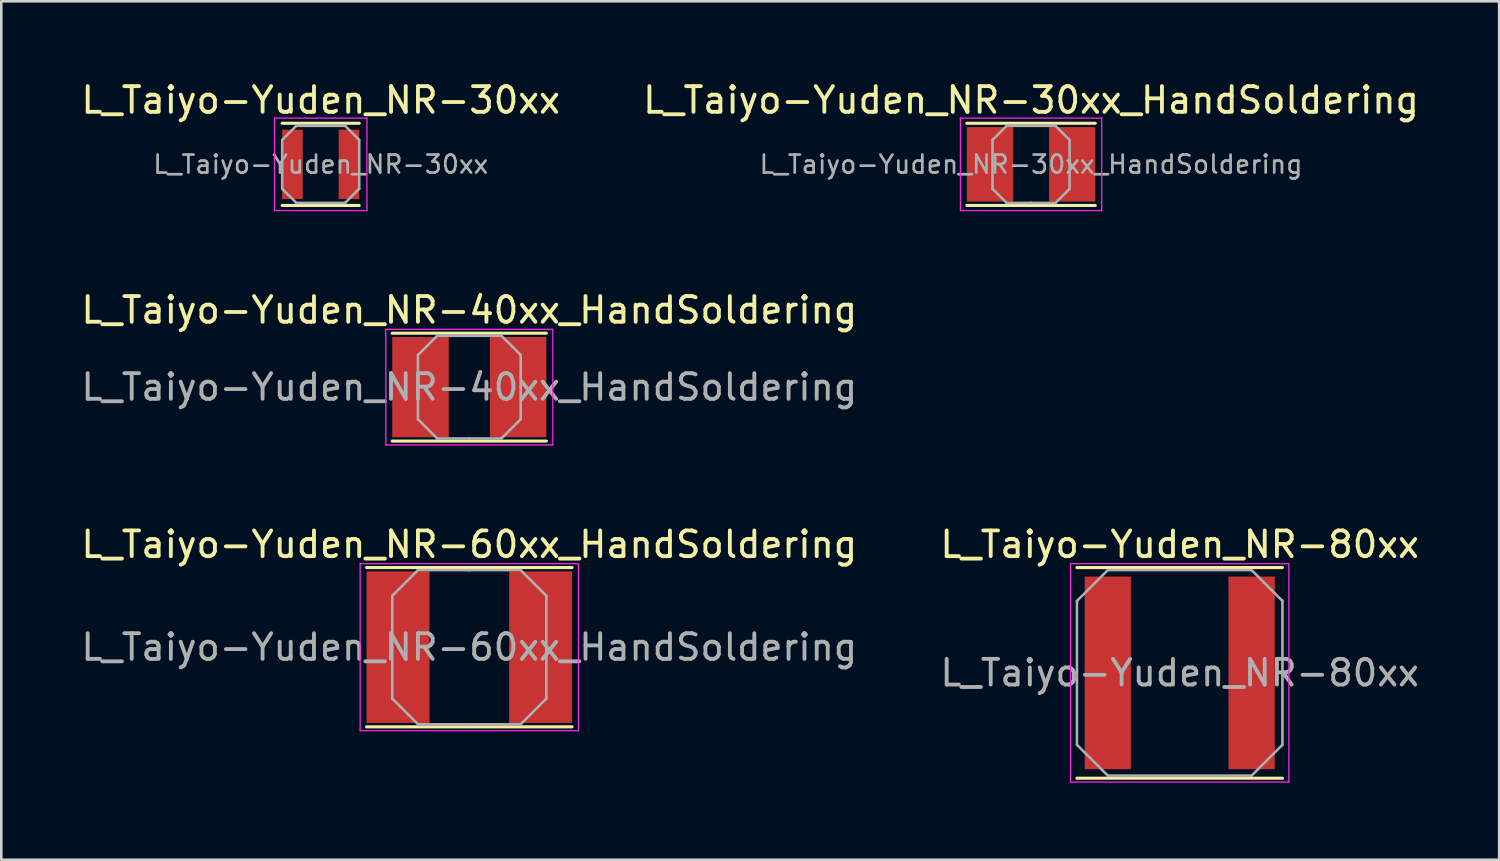
<source format=kicad_pcb>
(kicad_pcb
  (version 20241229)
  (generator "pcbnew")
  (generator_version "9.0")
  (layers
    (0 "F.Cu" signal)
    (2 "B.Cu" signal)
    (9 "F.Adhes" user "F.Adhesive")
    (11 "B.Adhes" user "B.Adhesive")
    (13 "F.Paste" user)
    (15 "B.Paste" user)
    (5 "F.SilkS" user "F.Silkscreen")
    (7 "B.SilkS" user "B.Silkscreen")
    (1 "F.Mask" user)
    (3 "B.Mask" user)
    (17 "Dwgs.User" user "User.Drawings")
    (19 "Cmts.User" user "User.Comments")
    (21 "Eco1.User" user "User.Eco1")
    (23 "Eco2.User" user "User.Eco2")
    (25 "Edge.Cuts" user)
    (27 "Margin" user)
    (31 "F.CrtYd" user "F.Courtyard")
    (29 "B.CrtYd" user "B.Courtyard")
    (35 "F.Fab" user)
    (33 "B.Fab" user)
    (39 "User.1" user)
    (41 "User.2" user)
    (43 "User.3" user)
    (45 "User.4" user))
  (footprint "L_Taiyo-Yuden_NR-30xx_HandSoldering"
    (layer "F.Cu")
    (at 37.089 3.348)
    (property "Reference" "L_Taiyo-Yuden_NR-30xx_HandSoldering" (at 0 -2.5 0) (layer "F.SilkS") (effects (font (size 1 1) (thickness 0.15))))
    (attr smd)
    (fp_line (start -2.5 -1.6) (end 2.5 -1.6) (stroke (width 0.12) (type solid)) (layer "F.SilkS"))
    (fp_line (start -2.5 1.6) (end 2.5 1.6) (stroke (width 0.12) (type solid)) (layer "F.SilkS"))
    (fp_line (start -2.75 -1.8) (end -2.75 1.8) (stroke (width 0.05) (type solid)) (layer "F.CrtYd"))
    (fp_line (start -2.75 1.8) (end 2.75 1.8) (stroke (width 0.05) (type solid)) (layer "F.CrtYd"))
    (fp_line (start 2.75 -1.8) (end -2.75 -1.8) (stroke (width 0.05) (type solid)) (layer "F.CrtYd"))
    (fp_line (start 2.75 1.8) (end 2.75 -1.8) (stroke (width 0.05) (type solid)) (layer "F.CrtYd"))
    (fp_line (start -1.5 -0.95) (end -0.95 -1.5) (stroke (width 0.1) (type solid)) (layer "F.Fab"))
    (fp_line (start -1.5 0) (end -1.5 -0.95) (stroke (width 0.1) (type solid)) (layer "F.Fab"))
    (fp_line (start -1.5 0) (end -1.5 0.95) (stroke (width 0.1) (type solid)) (layer "F.Fab"))
    (fp_line (start -1.5 0.95) (end -0.95 1.5) (stroke (width 0.1) (type solid)) (layer "F.Fab"))
    (fp_line (start -0.95 -1.5) (end 0 -1.5) (stroke (width 0.1) (type solid)) (layer "F.Fab"))
    (fp_line (start -0.95 1.5) (end 0 1.5) (stroke (width 0.1) (type solid)) (layer "F.Fab"))
    (fp_line (start 0.95 -1.5) (end 0 -1.5) (stroke (width 0.1) (type solid)) (layer "F.Fab"))
    (fp_line (start 0.95 1.5) (end 0 1.5) (stroke (width 0.1) (type solid)) (layer "F.Fab"))
    (fp_line (start 1.5 -0.95) (end 0.95 -1.5) (stroke (width 0.1) (type solid)) (layer "F.Fab"))
    (fp_line (start 1.5 0) (end 1.5 -0.95) (stroke (width 0.1) (type solid)) (layer "F.Fab"))
    (fp_line (start 1.5 0) (end 1.5 0.95) (stroke (width 0.1) (type solid)) (layer "F.Fab"))
    (fp_line (start 1.5 0.95) (end 0.95 1.5) (stroke (width 0.1) (type solid)) (layer "F.Fab"))
    (fp_text user "${REFERENCE}" (at 0 0 0) (layer "F.Fab") (effects (font (size 0.7 0.7) (thickness 0.105))))
    (pad "1" smd rect (at -1.6 0) (size 1.8 2.9) (layers "F.Cu" "F.Mask" "F.Paste"))
    (pad "2" smd rect (at 1.6 0) (size 1.8 2.9) (layers "F.Cu" "F.Mask" "F.Paste")))
  (footprint "L_Taiyo-Yuden_NR-30xx"
    (layer "F.Cu")
    (at 9.435 3.348)
    (property "Reference" "L_Taiyo-Yuden_NR-30xx" (at 0 -2.5 0) (layer "F.SilkS") (effects (font (size 1 1) (thickness 0.15))))
    (attr smd)
    (fp_line (start -1.5 -1.6) (end 1.5 -1.6) (stroke (width 0.12) (type solid)) (layer "F.SilkS"))
    (fp_line (start -1.5 1.6) (end 1.5 1.6) (stroke (width 0.12) (type solid)) (layer "F.SilkS"))
    (fp_line (start -1.8 -1.8) (end -1.8 1.8) (stroke (width 0.05) (type solid)) (layer "F.CrtYd"))
    (fp_line (start -1.8 1.8) (end 1.8 1.8) (stroke (width 0.05) (type solid)) (layer "F.CrtYd"))
    (fp_line (start 1.8 -1.8) (end -1.8 -1.8) (stroke (width 0.05) (type solid)) (layer "F.CrtYd"))
    (fp_line (start 1.8 1.8) (end 1.8 -1.8) (stroke (width 0.05) (type solid)) (layer "F.CrtYd"))
    (fp_line (start -1.5 -0.95) (end -1.5 0.95) (stroke (width 0.1) (type solid)) (layer "F.Fab"))
    (fp_line (start -1.5 -0.95) (end -0.95 -1.5) (stroke (width 0.1) (type solid)) (layer "F.Fab"))
    (fp_line (start -1.5 0.95) (end -0.95 1.5) (stroke (width 0.1) (type solid)) (layer "F.Fab"))
    (fp_line (start -0.95 -1.5) (end 0.95 -1.5) (stroke (width 0.1) (type solid)) (layer "F.Fab"))
    (fp_line (start -0.95 1.5) (end 0.95 1.5) (stroke (width 0.1) (type solid)) (layer "F.Fab"))
    (fp_line (start 1.5 -0.95) (end 0.95 -1.5) (stroke (width 0.1) (type solid)) (layer "F.Fab"))
    (fp_line (start 1.5 0.95) (end 0.95 1.5) (stroke (width 0.1) (type solid)) (layer "F.Fab"))
    (fp_line (start 1.5 0.95) (end 1.5 -0.95) (stroke (width 0.1) (type solid)) (layer "F.Fab"))
    (fp_text user "${REFERENCE}" (at 0 0 0) (layer "F.Fab") (effects (font (size 0.7 0.7) (thickness 0.105))))
    (pad "1" smd rect (at -1.1 0) (size 0.8 2.7) (layers "F.Cu" "F.Mask" "F.Paste"))
    (pad "2" smd rect (at 1.1 0) (size 0.8 2.7) (layers "F.Cu" "F.Mask" "F.Paste")))
  (footprint "L_Taiyo-Yuden_NR-80xx"
    (layer "F.Cu")
    (at 42.875 23.145)
    (property "Reference" "L_Taiyo-Yuden_NR-80xx" (at 0 -5 0) (layer "F.SilkS") (effects (font (size 1 1) (thickness 0.15))))
    (attr smd)
    (fp_line (start -4 -4.1) (end 4 -4.1) (stroke (width 0.12) (type solid)) (layer "F.SilkS"))
    (fp_line (start -4 4.1) (end 4 4.1) (stroke (width 0.12) (type solid)) (layer "F.SilkS"))
    (fp_line (start -4.25 -4.25) (end -4.25 4.25) (stroke (width 0.05) (type solid)) (layer "F.CrtYd"))
    (fp_line (start -4.25 4.25) (end 4.25 4.25) (stroke (width 0.05) (type solid)) (layer "F.CrtYd"))
    (fp_line (start 4.25 -4.25) (end -4.25 -4.25) (stroke (width 0.05) (type solid)) (layer "F.CrtYd"))
    (fp_line (start 4.25 4.25) (end 4.25 -4.25) (stroke (width 0.05) (type solid)) (layer "F.CrtYd"))
    (fp_line (start -4 -2.8) (end -2.8 -4) (stroke (width 0.1) (type solid)) (layer "F.Fab"))
    (fp_line (start -4 2.8) (end -4 -2.8) (stroke (width 0.1) (type solid)) (layer "F.Fab"))
    (fp_line (start -4 2.8) (end -2.8 4) (stroke (width 0.1) (type solid)) (layer "F.Fab"))
    (fp_line (start -2.8 -4) (end 2.8 -4) (stroke (width 0.1) (type solid)) (layer "F.Fab"))
    (fp_line (start -2.8 4) (end 2.8 4) (stroke (width 0.1) (type solid)) (layer "F.Fab"))
    (fp_line (start 4 -2.8) (end 2.8 -4) (stroke (width 0.1) (type solid)) (layer "F.Fab"))
    (fp_line (start 4 2.8) (end 2.8 4) (stroke (width 0.1) (type solid)) (layer "F.Fab"))
    (fp_line (start 4 2.8) (end 4 -2.8) (stroke (width 0.1) (type solid)) (layer "F.Fab"))
    (fp_text user "${REFERENCE}" (at 0 0 0) (layer "F.Fab") (effects (font (size 1 1) (thickness 0.15))))
    (pad "1" smd rect (at -2.8 0) (size 1.8 7.5) (layers "F.Cu" "F.Mask" "F.Paste"))
    (pad "2" smd rect (at 2.8 0) (size 1.8 7.5) (layers "F.Cu" "F.Mask" "F.Paste")))
  (footprint "L_Taiyo-Yuden_NR-60xx_HandSoldering"
    (layer "F.Cu")
    (at 15.22 22.145)
    (property "Reference" "L_Taiyo-Yuden_NR-60xx_HandSoldering" (at 0 -4 0) (layer "F.SilkS") (effects (font (size 1 1) (thickness 0.15))))
    (attr smd)
    (fp_line (start -4 -3.1) (end 4 -3.1) (stroke (width 0.12) (type solid)) (layer "F.SilkS"))
    (fp_line (start -4 3.1) (end 4 3.1) (stroke (width 0.12) (type solid)) (layer "F.SilkS"))
    (fp_line (start -4.25 -3.25) (end -4.25 3.25) (stroke (width 0.05) (type solid)) (layer "F.CrtYd"))
    (fp_line (start -4.25 3.25) (end 4.25 3.25) (stroke (width 0.05) (type solid)) (layer "F.CrtYd"))
    (fp_line (start 4.25 -3.25) (end -4.25 -3.25) (stroke (width 0.05) (type solid)) (layer "F.CrtYd"))
    (fp_line (start 4.25 3.25) (end 4.25 -3.25) (stroke (width 0.05) (type solid)) (layer "F.CrtYd"))
    (fp_line (start -3 -2) (end -2 -3) (stroke (width 0.1) (type solid)) (layer "F.Fab"))
    (fp_line (start -3 0) (end -3 -2) (stroke (width 0.1) (type solid)) (layer "F.Fab"))
    (fp_line (start -3 0) (end -3 2) (stroke (width 0.1) (type solid)) (layer "F.Fab"))
    (fp_line (start -3 2) (end -2 3) (stroke (width 0.1) (type solid)) (layer "F.Fab"))
    (fp_line (start -2 -3) (end 0 -3) (stroke (width 0.1) (type solid)) (layer "F.Fab"))
    (fp_line (start -2 3) (end 0 3) (stroke (width 0.1) (type solid)) (layer "F.Fab"))
    (fp_line (start 2 -3) (end 0 -3) (stroke (width 0.1) (type solid)) (layer "F.Fab"))
    (fp_line (start 2 3) (end 0 3) (stroke (width 0.1) (type solid)) (layer "F.Fab"))
    (fp_line (start 3 -2) (end 2 -3) (stroke (width 0.1) (type solid)) (layer "F.Fab"))
    (fp_line (start 3 0) (end 3 -2) (stroke (width 0.1) (type solid)) (layer "F.Fab"))
    (fp_line (start 3 0) (end 3 2) (stroke (width 0.1) (type solid)) (layer "F.Fab"))
    (fp_line (start 3 2) (end 2 3) (stroke (width 0.1) (type solid)) (layer "F.Fab"))
    (fp_text user "${REFERENCE}" (at 0 0 0) (layer "F.Fab") (effects (font (size 1 1) (thickness 0.15))))
    (pad "1" smd rect (at -2.775 0) (size 2.45 5.9) (layers "F.Cu" "F.Mask" "F.Paste"))
    (pad "2" smd rect (at 2.775 0) (size 2.45 5.9) (layers "F.Cu" "F.Mask" "F.Paste")))
  (footprint "L_Taiyo-Yuden_NR-40xx_HandSoldering"
    (layer "F.Cu")
    (at 15.22 12.021)
    (property "Reference" "L_Taiyo-Yuden_NR-40xx_HandSoldering" (at 0 -3 0) (layer "F.SilkS") (effects (font (size 1 1) (thickness 0.15))))
    (attr smd)
    (fp_line (start -3 -2.1) (end 3 -2.1) (stroke (width 0.12) (type solid)) (layer "F.SilkS"))
    (fp_line (start -3 2.1) (end 3 2.1) (stroke (width 0.12) (type solid)) (layer "F.SilkS"))
    (fp_line (start -3.25 -2.25) (end -3.25 2.25) (stroke (width 0.05) (type solid)) (layer "F.CrtYd"))
    (fp_line (start -3.25 2.25) (end 3.25 2.25) (stroke (width 0.05) (type solid)) (layer "F.CrtYd"))
    (fp_line (start 3.25 -2.25) (end -3.25 -2.25) (stroke (width 0.05) (type solid)) (layer "F.CrtYd"))
    (fp_line (start 3.25 2.25) (end 3.25 -2.25) (stroke (width 0.05) (type solid)) (layer "F.CrtYd"))
    (fp_line (start -2 -1.25) (end -1.25 -2) (stroke (width 0.1) (type solid)) (layer "F.Fab"))
    (fp_line (start -2 0) (end -2 -1.25) (stroke (width 0.1) (type solid)) (layer "F.Fab"))
    (fp_line (start -2 0) (end -2 1.25) (stroke (width 0.1) (type solid)) (layer "F.Fab"))
    (fp_line (start -2 1.25) (end -1.25 2) (stroke (width 0.1) (type solid)) (layer "F.Fab"))
    (fp_line (start -1.25 -2) (end 0 -2) (stroke (width 0.1) (type solid)) (layer "F.Fab"))
    (fp_line (start -1.25 2) (end 0 2) (stroke (width 0.1) (type solid)) (layer "F.Fab"))
    (fp_line (start 1.25 -2) (end 0 -2) (stroke (width 0.1) (type solid)) (layer "F.Fab"))
    (fp_line (start 1.25 2) (end 0 2) (stroke (width 0.1) (type solid)) (layer "F.Fab"))
    (fp_line (start 2 -1.25) (end 1.25 -2) (stroke (width 0.1) (type solid)) (layer "F.Fab"))
    (fp_line (start 2 0) (end 2 -1.25) (stroke (width 0.1) (type solid)) (layer "F.Fab"))
    (fp_line (start 2 0) (end 2 1.25) (stroke (width 0.1) (type solid)) (layer "F.Fab"))
    (fp_line (start 2 1.25) (end 1.25 2) (stroke (width 0.1) (type solid)) (layer "F.Fab"))
    (fp_text user "${REFERENCE}" (at 0 0 0) (layer "F.Fab") (effects (font (size 1 1) (thickness 0.15))))
    (pad "1" smd rect (at -1.9 0) (size 2.2 3.9) (layers "F.Cu" "F.Mask" "F.Paste"))
    (pad "2" smd rect (at 1.9 0) (size 2.2 3.9) (layers "F.Cu" "F.Mask" "F.Paste")))
  (gr_rect
    (start -3 -3)
    (end 55.31 30.42)
    (stroke (width 0.1) (type default))
    (fill no)
    (layer "Edge.Cuts")))
</source>
